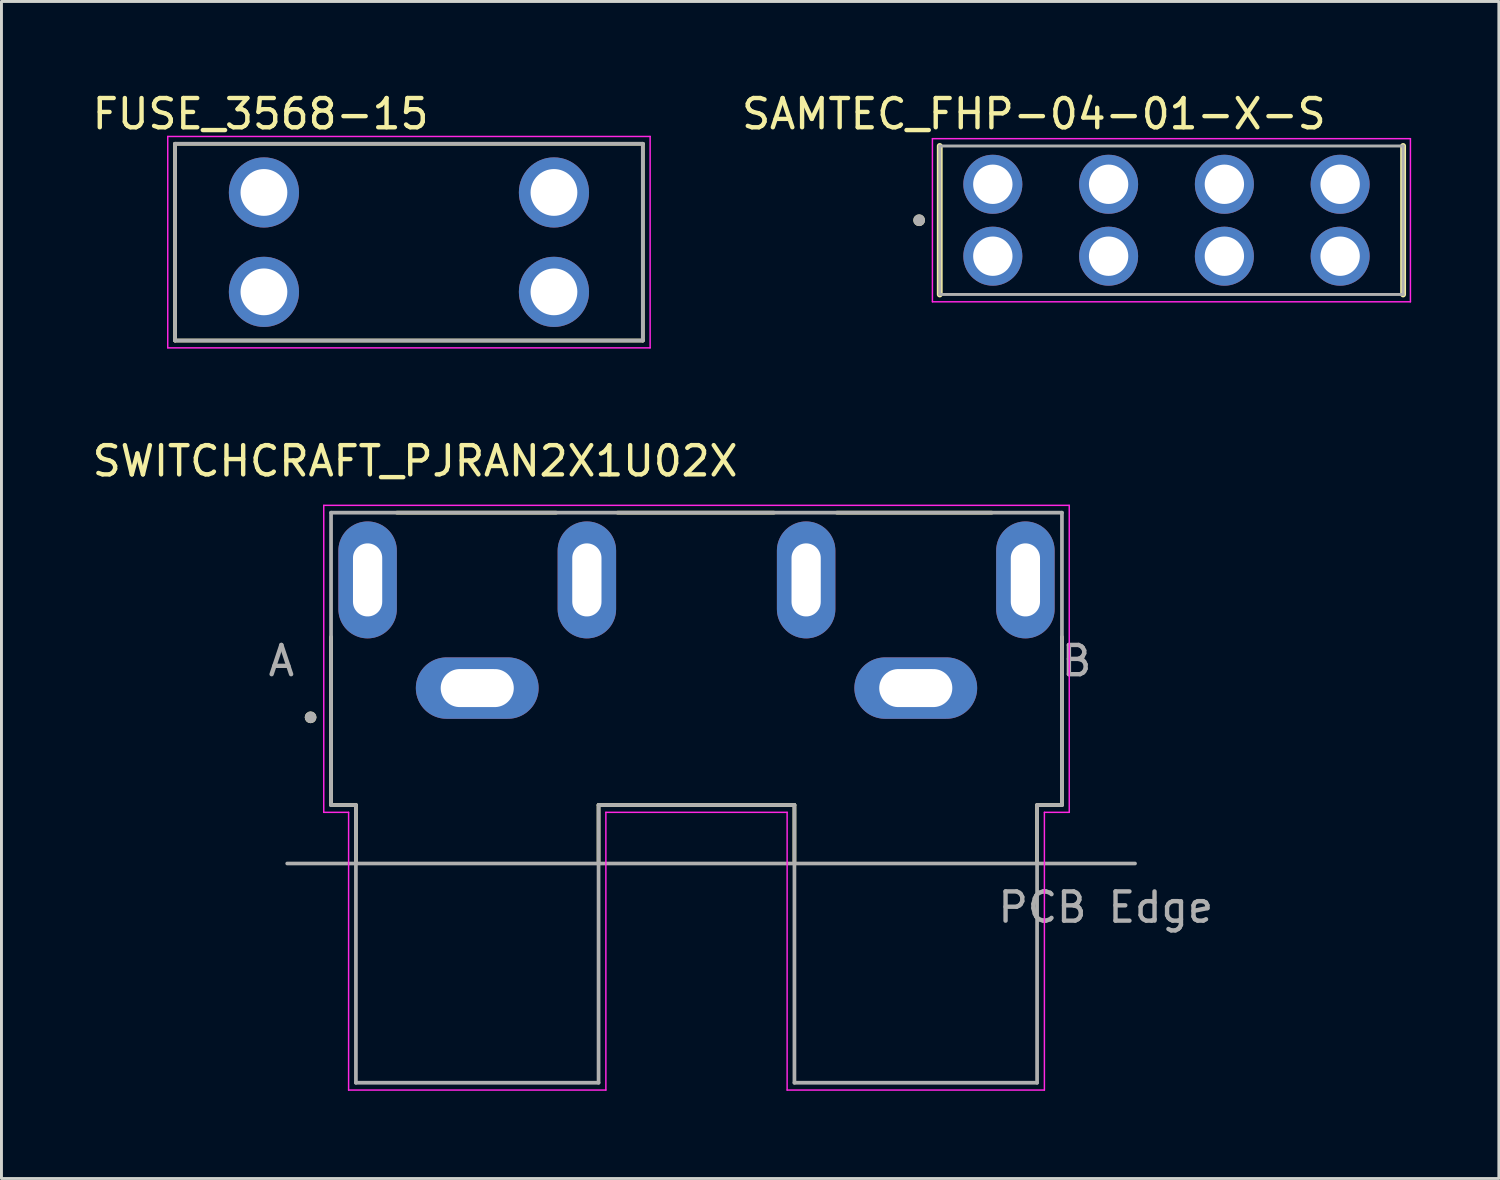
<source format=kicad_pcb>
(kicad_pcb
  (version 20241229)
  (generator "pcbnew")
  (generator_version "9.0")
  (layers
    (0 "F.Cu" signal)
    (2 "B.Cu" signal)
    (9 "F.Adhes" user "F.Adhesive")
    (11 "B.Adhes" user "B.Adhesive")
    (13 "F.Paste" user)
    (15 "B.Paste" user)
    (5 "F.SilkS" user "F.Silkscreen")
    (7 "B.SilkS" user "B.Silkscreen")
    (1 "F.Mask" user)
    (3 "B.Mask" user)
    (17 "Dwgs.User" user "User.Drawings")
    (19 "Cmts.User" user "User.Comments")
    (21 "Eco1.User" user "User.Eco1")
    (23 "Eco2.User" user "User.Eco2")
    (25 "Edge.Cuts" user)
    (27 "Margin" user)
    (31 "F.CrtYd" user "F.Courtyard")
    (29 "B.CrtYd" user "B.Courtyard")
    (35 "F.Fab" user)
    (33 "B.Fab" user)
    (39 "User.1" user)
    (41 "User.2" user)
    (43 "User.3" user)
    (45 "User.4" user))
  (footprint "SAMTEC_FHP-04-01-X-S"
    (layer "F.Cu")
    (at 37.019 4.483)
    (property "Reference" "SAMTEC_FHP-04-01-X-S" (at -4.705 -3.635 0) (layer "F.SilkS") (effects (font (size 1 1) (thickness 0.15))))
    (attr through_hole)
    (fp_line (start -7.925 -2.54) (end -7.925 2.54) (stroke (width 0.2) (type solid)) (layer "F.SilkS"))
    (fp_line (start 7.925 -2.54) (end 7.925 2.54) (stroke (width 0.2) (type solid)) (layer "F.SilkS"))
    (fp_circle (center -8.63 0) (end -8.53 0) (stroke (width 0.2) (type solid)) (fill no) (layer "F.SilkS"))
    (fp_line (start -8.175 -2.79) (end 8.175 -2.79) (stroke (width 0.05) (type solid)) (layer "F.CrtYd"))
    (fp_line (start -8.175 2.79) (end -8.175 -2.79) (stroke (width 0.05) (type solid)) (layer "F.CrtYd"))
    (fp_line (start 8.175 -2.79) (end 8.175 2.79) (stroke (width 0.05) (type solid)) (layer "F.CrtYd"))
    (fp_line (start 8.175 2.79) (end -8.175 2.79) (stroke (width 0.05) (type solid)) (layer "F.CrtYd"))
    (fp_line (start -7.925 -2.54) (end 7.925 -2.54) (stroke (width 0.1) (type solid)) (layer "F.Fab"))
    (fp_line (start -7.925 2.54) (end -7.925 -2.54) (stroke (width 0.1) (type solid)) (layer "F.Fab"))
    (fp_line (start 7.925 -2.54) (end 7.925 2.54) (stroke (width 0.1) (type solid)) (layer "F.Fab"))
    (fp_line (start 7.925 2.54) (end -7.925 2.54) (stroke (width 0.1) (type solid)) (layer "F.Fab"))
    (fp_circle (center -8.63 0) (end -8.53 0) (stroke (width 0.2) (type solid)) (fill no) (layer "F.Fab"))
    (pad "01_1" thru_hole circle (at -6.109 1.23) (size 2.019 2.019) (drill 1.346) (layers "*.Cu" "*.Mask"))
    (pad "01_2" thru_hole circle (at -6.109 -1.23) (size 2.019 2.019) (drill 1.346) (layers "*.Cu" "*.Mask"))
    (pad "02_1" thru_hole circle (at -2.149 1.23) (size 2.019 2.019) (drill 1.346) (layers "*.Cu" "*.Mask"))
    (pad "02_2" thru_hole circle (at -2.149 -1.23) (size 2.019 2.019) (drill 1.346) (layers "*.Cu" "*.Mask"))
    (pad "03_1" thru_hole circle (at 1.811 1.23) (size 2.019 2.019) (drill 1.346) (layers "*.Cu" "*.Mask"))
    (pad "03_2" thru_hole circle (at 1.811 -1.23) (size 2.019 2.019) (drill 1.346) (layers "*.Cu" "*.Mask"))
    (pad "04_1" thru_hole circle (at 5.771 1.23) (size 2.019 2.019) (drill 1.346) (layers "*.Cu" "*.Mask"))
    (pad "04_2" thru_hole circle (at 5.771 -1.23) (size 2.019 2.019) (drill 1.346) (layers "*.Cu" "*.Mask")))
  (footprint "SWITCHCRAFT_PJRAN2X1U02X"
    (layer "F.Cu")
    (at 20.774 24.486)
    (property "Reference" "SWITCHCRAFT_PJRAN2X1U02X" (at -9.625 -11.765 0) (layer "F.SilkS") (effects (font (size 1 1) (thickness 0.15))))
    (attr through_hole)
    (fp_line (start -12.5 -5.75) (end -12.5 0) (stroke (width 0.127) (type solid)) (layer "F.SilkS"))
    (fp_line (start -12.5 0) (end -11.65 0) (stroke (width 0.127) (type solid)) (layer "F.SilkS"))
    (fp_line (start -11.65 0) (end -11.65 2) (stroke (width 0.127) (type solid)) (layer "F.SilkS"))
    (fp_line (start -4.8 -10) (end -10.25 -10) (stroke (width 0.127) (type solid)) (layer "F.SilkS"))
    (fp_line (start -3.35 0) (end -3.35 2) (stroke (width 0.127) (type solid)) (layer "F.SilkS"))
    (fp_line (start -3.35 0) (end 3.35 0) (stroke (width 0.127) (type solid)) (layer "F.SilkS"))
    (fp_line (start 2.65 -10) (end -2.7 -10) (stroke (width 0.127) (type solid)) (layer "F.SilkS"))
    (fp_line (start 3.35 2) (end 3.35 0) (stroke (width 0.127) (type solid)) (layer "F.SilkS"))
    (fp_line (start 10.1 -10) (end 4.8 -10) (stroke (width 0.127) (type solid)) (layer "F.SilkS"))
    (fp_line (start 11.65 0) (end 12.5 0) (stroke (width 0.127) (type solid)) (layer "F.SilkS"))
    (fp_line (start 11.65 2) (end 11.65 0) (stroke (width 0.127) (type solid)) (layer "F.SilkS"))
    (fp_line (start 12.5 0) (end 12.5 -5.75) (stroke (width 0.127) (type solid)) (layer "F.SilkS"))
    (fp_circle (center -13.2 -3) (end -13.1 -3) (stroke (width 0.2) (type solid)) (fill no) (layer "F.SilkS"))
    (fp_line (start -12.75 -10.25) (end -12.75 0.25) (stroke (width 0.05) (type solid)) (layer "F.CrtYd"))
    (fp_line (start -12.75 0.25) (end -11.9 0.25) (stroke (width 0.05) (type solid)) (layer "F.CrtYd"))
    (fp_line (start -11.9 0.25) (end -11.9 9.75) (stroke (width 0.05) (type solid)) (layer "F.CrtYd"))
    (fp_line (start -11.9 9.75) (end -3.1 9.75) (stroke (width 0.05) (type solid)) (layer "F.CrtYd"))
    (fp_line (start -3.1 0.25) (end 3.1 0.25) (stroke (width 0.05) (type solid)) (layer "F.CrtYd"))
    (fp_line (start -3.1 9.75) (end -3.1 0.25) (stroke (width 0.05) (type solid)) (layer "F.CrtYd"))
    (fp_line (start 3.1 0.25) (end 3.1 9.75) (stroke (width 0.05) (type solid)) (layer "F.CrtYd"))
    (fp_line (start 3.1 9.75) (end 11.9 9.75) (stroke (width 0.05) (type solid)) (layer "F.CrtYd"))
    (fp_line (start 11.9 0.25) (end 12.75 0.25) (stroke (width 0.05) (type solid)) (layer "F.CrtYd"))
    (fp_line (start 11.9 9.75) (end 11.9 0.25) (stroke (width 0.05) (type solid)) (layer "F.CrtYd"))
    (fp_line (start 12.75 -10.25) (end -12.75 -10.25) (stroke (width 0.05) (type solid)) (layer "F.CrtYd"))
    (fp_line (start 12.75 0.25) (end 12.75 -10.25) (stroke (width 0.05) (type solid)) (layer "F.CrtYd"))
    (fp_line (start -14 2) (end 15 2) (stroke (width 0.127) (type solid)) (layer "F.Fab"))
    (fp_line (start -12.5 -10) (end -12.5 0) (stroke (width 0.127) (type solid)) (layer "F.Fab"))
    (fp_line (start -12.5 0) (end -11.65 0) (stroke (width 0.127) (type solid)) (layer "F.Fab"))
    (fp_line (start -11.65 0) (end -11.65 9.5) (stroke (width 0.127) (type solid)) (layer "F.Fab"))
    (fp_line (start -11.65 9.5) (end -3.35 9.5) (stroke (width 0.127) (type solid)) (layer "F.Fab"))
    (fp_line (start -3.35 0) (end 3.35 0) (stroke (width 0.127) (type solid)) (layer "F.Fab"))
    (fp_line (start -3.35 9.5) (end -3.35 0) (stroke (width 0.127) (type solid)) (layer "F.Fab"))
    (fp_line (start 3.35 0) (end 3.35 9.5) (stroke (width 0.127) (type solid)) (layer "F.Fab"))
    (fp_line (start 3.35 9.5) (end 11.65 9.5) (stroke (width 0.127) (type solid)) (layer "F.Fab"))
    (fp_line (start 11.65 0) (end 12.5 0) (stroke (width 0.127) (type solid)) (layer "F.Fab"))
    (fp_line (start 11.65 9.5) (end 11.65 0) (stroke (width 0.127) (type solid)) (layer "F.Fab"))
    (fp_line (start 12.5 -10) (end -12.5 -10) (stroke (width 0.127) (type solid)) (layer "F.Fab"))
    (fp_line (start 12.5 0) (end 12.5 -10) (stroke (width 0.127) (type solid)) (layer "F.Fab"))
    (fp_circle (center -13.2 -3) (end -13.1 -3) (stroke (width 0.2) (type solid)) (fill no) (layer "F.Fab"))
    (fp_text user "PCB Edge" (at 14 3.5 0) (layer "F.Fab") (effects (font (size 1 1) (thickness 0.15))))
    (fp_text user "A" (at -14.2 -4.93 0) (layer "F.Fab") (effects (font (size 1 1) (thickness 0.15))))
    (fp_text user "B" (at 13 -4.93 0) (layer "F.Fab") (effects (font (size 1 1) (thickness 0.15))))
    (pad "1_A" thru_hole oval (at -7.5 -4) (size 4.2 2.1) (drill oval 2.5 1.3) (layers "*.Cu" "*.Mask"))
    (pad "1_B" thru_hole oval (at 7.5 -4) (size 4.2 2.1) (drill oval 2.5 1.3) (layers "*.Cu" "*.Mask"))
    (pad "2_A" thru_hole oval (at -11.25 -7.7) (size 2 4) (drill oval 1 2.5) (layers "*.Cu" "*.Mask"))
    (pad "2_B" thru_hole oval (at 3.75 -7.7) (size 2 4) (drill oval 1 2.5) (layers "*.Cu" "*.Mask"))
    (pad "3_A" thru_hole oval (at -3.75 -7.7) (size 2 4) (drill oval 1 2.5) (layers "*.Cu" "*.Mask"))
    (pad "3_B" thru_hole oval (at 11.25 -7.7) (size 2 4) (drill oval 1 2.5) (layers "*.Cu" "*.Mask")))
  (footprint "FUSE_3568-15"
    (layer "F.Cu")
    (at 10.938 5.233)
    (property "Reference" "FUSE_3568-15" (at -5.075 -4.385 0) (layer "F.SilkS") (effects (font (size 1 1) (thickness 0.15))))
    (attr through_hole)
    (fp_line (start -8 -3.365) (end 8 -3.365) (stroke (width 0.127) (type solid)) (layer "F.SilkS"))
    (fp_line (start -8 3.365) (end -8 -3.365) (stroke (width 0.127) (type solid)) (layer "F.SilkS"))
    (fp_line (start 8 -3.365) (end 8 3.365) (stroke (width 0.127) (type solid)) (layer "F.SilkS"))
    (fp_line (start 8 3.365) (end -8 3.365) (stroke (width 0.127) (type solid)) (layer "F.SilkS"))
    (fp_line (start -8.25 -3.615) (end 8.25 -3.615) (stroke (width 0.05) (type solid)) (layer "F.CrtYd"))
    (fp_line (start -8.25 3.615) (end -8.25 -3.615) (stroke (width 0.05) (type solid)) (layer "F.CrtYd"))
    (fp_line (start 8.25 -3.615) (end 8.25 3.615) (stroke (width 0.05) (type solid)) (layer "F.CrtYd"))
    (fp_line (start 8.25 3.615) (end -8.25 3.615) (stroke (width 0.05) (type solid)) (layer "F.CrtYd"))
    (fp_line (start -8 -3.365) (end 8 -3.365) (stroke (width 0.127) (type solid)) (layer "F.Fab"))
    (fp_line (start -8 3.365) (end -8 -3.365) (stroke (width 0.127) (type solid)) (layer "F.Fab"))
    (fp_line (start 8 -3.365) (end 8 3.365) (stroke (width 0.127) (type solid)) (layer "F.Fab"))
    (fp_line (start 8 3.365) (end -8 3.365) (stroke (width 0.127) (type solid)) (layer "F.Fab"))
    (pad "1" thru_hole circle (at -4.96 -1.7) (size 2.4 2.4) (drill 1.6) (layers "*.Cu" "*.Mask"))
    (pad "2" thru_hole circle (at 4.96 -1.7) (size 2.4 2.4) (drill 1.6) (layers "*.Cu" "*.Mask"))
    (pad "3" thru_hole circle (at -4.96 1.7) (size 2.4 2.4) (drill 1.6) (layers "*.Cu" "*.Mask"))
    (pad "4" thru_hole circle (at 4.96 1.7) (size 2.4 2.4) (drill 1.6) (layers "*.Cu" "*.Mask")))
  (gr_rect
    (start -3 -3)
    (end 48.219 37.261)
    (stroke (width 0.1) (type default))
    (fill no)
    (layer "Edge.Cuts")))
</source>
